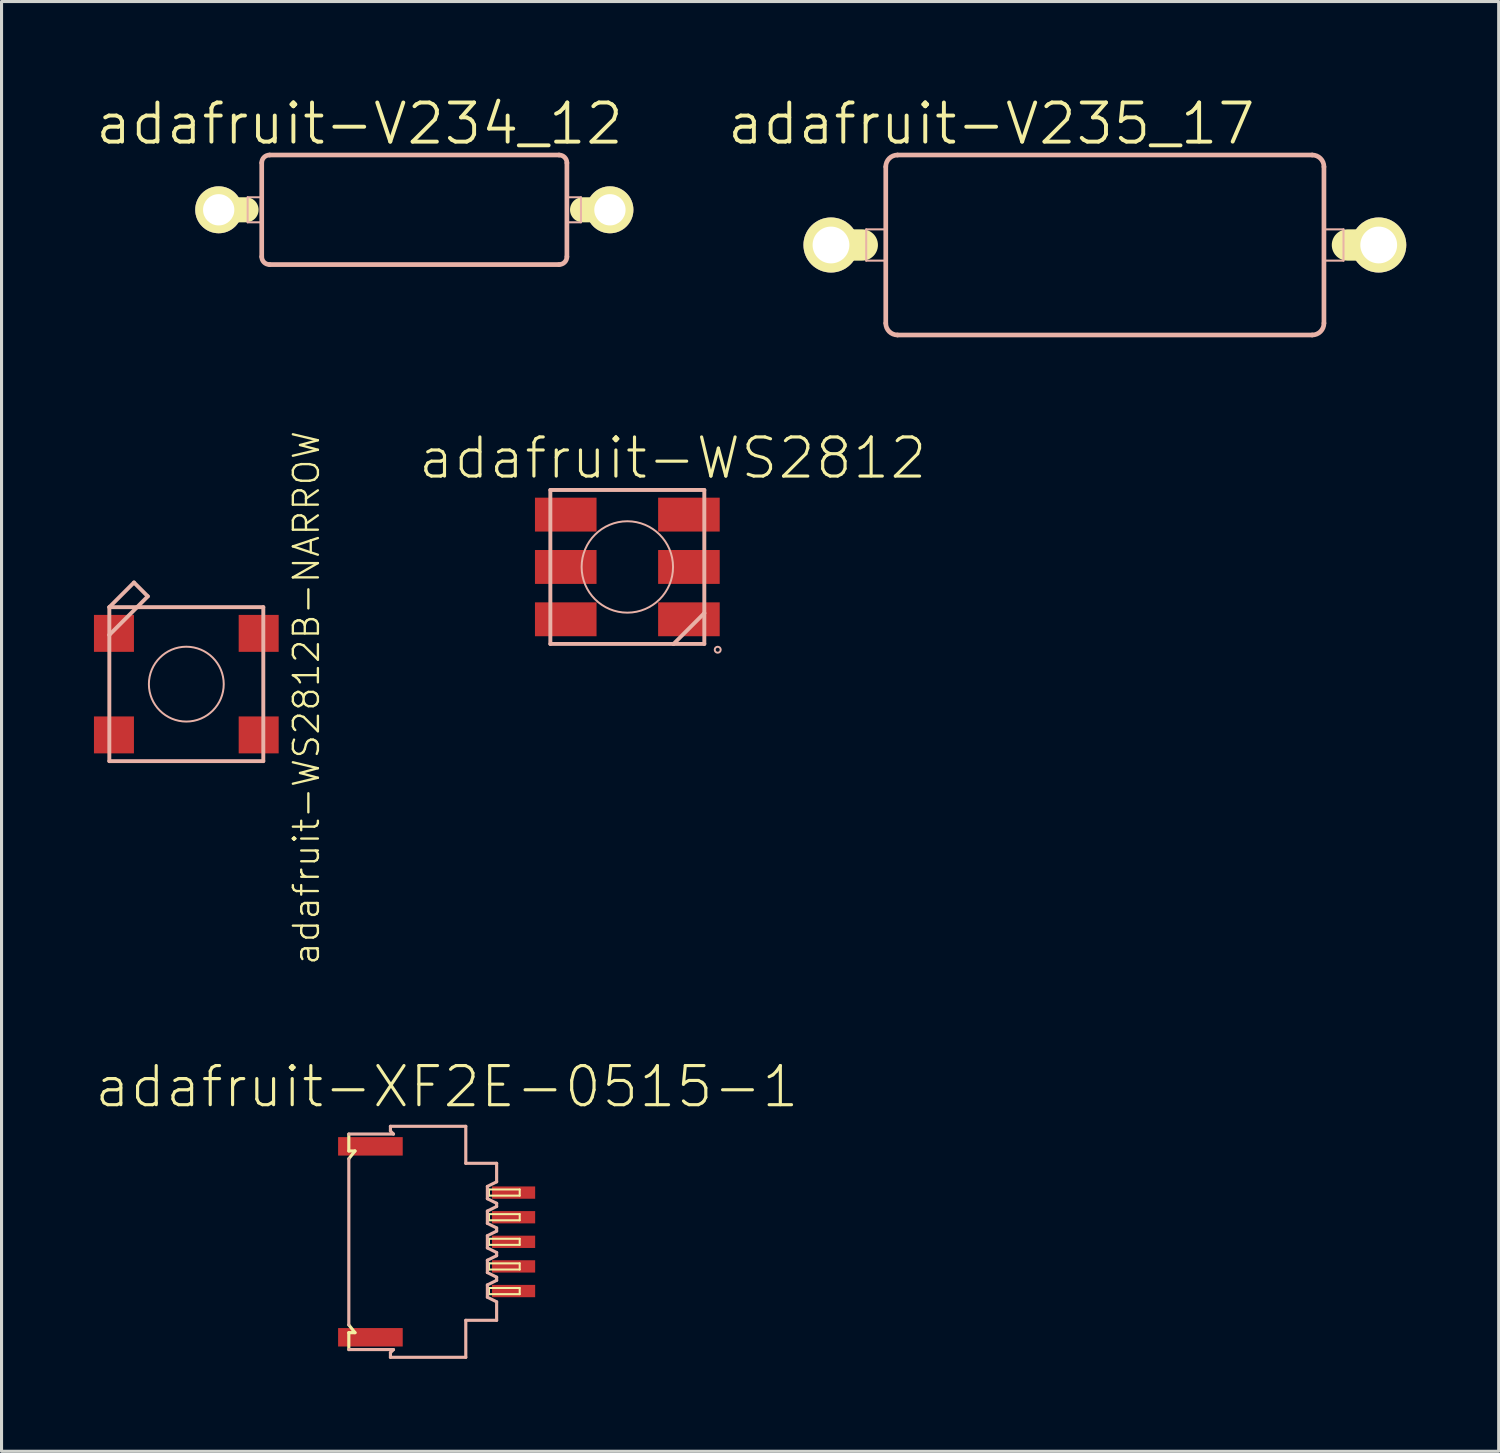
<source format=kicad_pcb>
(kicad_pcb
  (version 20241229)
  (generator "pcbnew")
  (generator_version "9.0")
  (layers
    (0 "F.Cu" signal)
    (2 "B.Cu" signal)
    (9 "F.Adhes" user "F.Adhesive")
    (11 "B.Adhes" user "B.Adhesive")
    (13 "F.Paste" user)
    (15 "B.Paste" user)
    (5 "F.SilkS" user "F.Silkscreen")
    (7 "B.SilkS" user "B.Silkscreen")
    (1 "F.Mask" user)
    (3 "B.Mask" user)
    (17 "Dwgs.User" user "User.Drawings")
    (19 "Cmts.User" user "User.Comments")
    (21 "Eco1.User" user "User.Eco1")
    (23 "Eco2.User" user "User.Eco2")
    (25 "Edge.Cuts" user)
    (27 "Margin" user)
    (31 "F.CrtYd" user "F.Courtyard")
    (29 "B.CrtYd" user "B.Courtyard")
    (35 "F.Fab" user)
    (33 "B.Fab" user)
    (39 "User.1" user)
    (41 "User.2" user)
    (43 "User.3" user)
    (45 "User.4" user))
  (footprint "adafruit-V234_12"
    (layer "F.Cu")
    (at 10.399 3.76)
    (property "Reference" "adafruit-V234_12" (at -1.778 -2.794 0) (layer "F.SilkS") (effects (font (size 1.27 1.27) (thickness 0.127))))
    (attr exclude_from_pos_files exclude_from_bom)
    (fp_line (start -6.35 0) (end -5.461 0) (stroke (width 0.813) (type solid)) (layer "F.SilkS"))
    (fp_line (start 6.35 0) (end 5.461 0) (stroke (width 0.813) (type solid)) (layer "F.SilkS"))
    (fp_line (start -5.41 -0.406) (end -4.953 -0.406) (stroke (width 0.066) (type solid)) (layer "B.SilkS"))
    (fp_line (start -5.41 0.406) (end -5.41 -0.406) (stroke (width 0.066) (type solid)) (layer "B.SilkS"))
    (fp_line (start -5.41 0.406) (end -4.953 0.406) (stroke (width 0.066) (type solid)) (layer "B.SilkS"))
    (fp_line (start -4.953 -1.524) (end -4.953 1.524) (stroke (width 0.152) (type solid)) (layer "B.SilkS"))
    (fp_line (start -4.953 0.406) (end -4.953 -0.406) (stroke (width 0.066) (type solid)) (layer "B.SilkS"))
    (fp_line (start -4.699 -1.778) (end 4.699 -1.778) (stroke (width 0.152) (type solid)) (layer "B.SilkS"))
    (fp_line (start 4.699 1.778) (end -4.699 1.778) (stroke (width 0.152) (type solid)) (layer "B.SilkS"))
    (fp_line (start 4.953 -1.524) (end 4.953 1.524) (stroke (width 0.152) (type solid)) (layer "B.SilkS"))
    (fp_line (start 4.953 -0.406) (end 5.41 -0.406) (stroke (width 0.066) (type solid)) (layer "B.SilkS"))
    (fp_line (start 4.953 0.406) (end 4.953 -0.406) (stroke (width 0.066) (type solid)) (layer "B.SilkS"))
    (fp_line (start 4.953 0.406) (end 5.41 0.406) (stroke (width 0.066) (type solid)) (layer "B.SilkS"))
    (fp_line (start 5.41 0.406) (end 5.41 -0.406) (stroke (width 0.066) (type solid)) (layer "B.SilkS"))
    (fp_arc (start -4.953 -1.524) (mid -4.878605 -1.703605) (end -4.699 -1.778) (stroke (width 0.1524) (type solid)) (layer "B.SilkS"))
    (fp_arc (start -4.699 1.778) (mid -4.878605 1.703605) (end -4.953 1.524) (stroke (width 0.1524) (type solid)) (layer "B.SilkS"))
    (fp_arc (start 4.699 -1.778) (mid 4.878605 -1.703605) (end 4.953 -1.524) (stroke (width 0.1524) (type solid)) (layer "B.SilkS"))
    (fp_arc (start 4.953 1.524) (mid 4.878605 1.703605) (end 4.699 1.778) (stroke (width 0.1524) (type solid)) (layer "B.SilkS"))
    (pad "1" thru_hole circle (at -6.35 0) (size 1.524 1.524) (drill 1.016) (layers "*.Cu" "F.Mask" "F.SilkS" "F.Paste"))
    (pad "2" thru_hole circle (at 6.35 0) (size 1.524 1.524) (drill 1.016) (layers "*.Cu" "F.Mask" "F.SilkS" "F.Paste")))
  (footprint "adafruit-V235_17"
    (layer "F.Cu")
    (at 32.815 4.903)
    (property "Reference" "adafruit-V235_17" (at -3.683 -3.937 0) (layer "F.SilkS") (effects (font (size 1.27 1.27) (thickness 0.127))))
    (attr exclude_from_pos_files exclude_from_bom)
    (fp_line (start -7.874 0) (end -8.89 0) (stroke (width 1.016) (type solid)) (layer "F.SilkS"))
    (fp_line (start 8.89 0) (end 7.874 0) (stroke (width 1.016) (type solid)) (layer "F.SilkS"))
    (fp_line (start -7.747 -0.508) (end -7.112 -0.508) (stroke (width 0.066) (type solid)) (layer "B.SilkS"))
    (fp_line (start -7.747 0.508) (end -7.747 -0.508) (stroke (width 0.066) (type solid)) (layer "B.SilkS"))
    (fp_line (start -7.747 0.508) (end -7.112 0.508) (stroke (width 0.066) (type solid)) (layer "B.SilkS"))
    (fp_line (start -7.112 -2.54) (end -7.112 2.54) (stroke (width 0.152) (type solid)) (layer "B.SilkS"))
    (fp_line (start -7.112 0.508) (end -7.112 -0.508) (stroke (width 0.066) (type solid)) (layer "B.SilkS"))
    (fp_line (start -6.731 -2.921) (end 6.731 -2.921) (stroke (width 0.152) (type solid)) (layer "B.SilkS"))
    (fp_line (start 6.731 2.921) (end -6.731 2.921) (stroke (width 0.152) (type solid)) (layer "B.SilkS"))
    (fp_line (start 7.112 -2.54) (end 7.112 2.54) (stroke (width 0.152) (type solid)) (layer "B.SilkS"))
    (fp_line (start 7.112 -0.508) (end 7.747 -0.508) (stroke (width 0.066) (type solid)) (layer "B.SilkS"))
    (fp_line (start 7.112 0.508) (end 7.112 -0.508) (stroke (width 0.066) (type solid)) (layer "B.SilkS"))
    (fp_line (start 7.112 0.508) (end 7.747 0.508) (stroke (width 0.066) (type solid)) (layer "B.SilkS"))
    (fp_line (start 7.747 0.508) (end 7.747 -0.508) (stroke (width 0.066) (type solid)) (layer "B.SilkS"))
    (fp_arc (start -7.112 -2.54) (mid -7.000408 -2.809408) (end -6.731 -2.921) (stroke (width 0.1524) (type solid)) (layer "B.SilkS"))
    (fp_arc (start -6.731 2.921) (mid -7.000408 2.809408) (end -7.112 2.54) (stroke (width 0.1524) (type solid)) (layer "B.SilkS"))
    (fp_arc (start 6.731 -2.921) (mid 7.000408 -2.809408) (end 7.112 -2.54) (stroke (width 0.1524) (type solid)) (layer "B.SilkS"))
    (fp_arc (start 7.112 2.54) (mid 7.000408 2.809408) (end 6.731 2.921) (stroke (width 0.1524) (type solid)) (layer "B.SilkS"))
    (pad "1" thru_hole circle (at -8.89 0) (size 1.788 1.788) (drill 1.194) (layers "*.Cu" "F.Mask" "F.SilkS" "F.Paste"))
    (pad "2" thru_hole circle (at 8.89 0) (size 1.788 1.788) (drill 1.194) (layers "*.Cu" "F.Mask" "F.SilkS" "F.Paste")))
  (footprint "adafruit-WS2812"
    (layer "F.Cu")
    (at 17.314 15.354)
    (property "Reference" "adafruit-WS2812" (at 1.473 -3.533 0) (layer "F.SilkS") (effects (font (size 1.27 1.27) (thickness 0.102))))
    (attr smd)
    (fp_line (start -2.499 -2.499) (end 2.499 -2.499) (stroke (width 0.127) (type solid)) (layer "B.SilkS"))
    (fp_line (start -2.499 2.499) (end -2.499 -2.499) (stroke (width 0.127) (type solid)) (layer "B.SilkS"))
    (fp_line (start 1.499 2.499) (end -2.499 2.499) (stroke (width 0.127) (type solid)) (layer "B.SilkS"))
    (fp_line (start 1.499 2.499) (end 2.499 1.499) (stroke (width 0.127) (type solid)) (layer "B.SilkS"))
    (fp_line (start 2.499 -2.499) (end 2.499 1.499) (stroke (width 0.127) (type solid)) (layer "B.SilkS"))
    (fp_line (start 2.499 1.499) (end 2.499 2.499) (stroke (width 0.127) (type solid)) (layer "B.SilkS"))
    (fp_line (start 2.499 2.499) (end 1.499 2.499) (stroke (width 0.127) (type solid)) (layer "B.SilkS"))
    (fp_circle (center 0 0) (end -1.049 1.049) (stroke (width 0.064) (type solid)) (fill no) (layer "B.SilkS"))
    (fp_circle (center 2.934 2.687) (end 3.002 2.756) (stroke (width 0.064) (type solid)) (fill no) (layer "B.SilkS"))
    (pad "DI" smd rect (at 1.999 0) (size 1.999 1.1) (layers "F.Cu" "F.Mask" "F.Paste"))
    (pad "DO" smd rect (at 1.999 1.699) (size 1.999 1.1) (layers "F.Cu" "F.Mask" "F.Paste"))
    (pad "LEDV" smd rect (at -1.999 0) (size 1.999 1.1) (layers "F.Cu" "F.Mask" "F.Paste"))
    (pad "NC" smd rect (at -1.999 -1.699) (size 1.999 1.1) (layers "F.Cu" "F.Mask" "F.Paste"))
    (pad "VDD" smd rect (at 1.999 -1.699) (size 1.999 1.1) (layers "F.Cu" "F.Mask" "F.Paste"))
    (pad "VSS" smd rect (at -1.999 1.699) (size 1.999 1.1) (layers "F.Cu" "F.Mask" "F.Paste")))
  (footprint "adafruit-WS2812B-NARROW"
    (layer "F.Cu")
    (at 2.998 19.158)
    (property "Reference" "adafruit-WS2812B-NARROW" (at 3.899 0.445 270) (layer "F.SilkS") (effects (font (size 0.813 0.813) (thickness 0.076))))
    (attr smd)
    (fp_line (start -2.499 -2.499) (end -1.598 -2.499) (stroke (width 0.127) (type solid)) (layer "B.SilkS"))
    (fp_line (start -2.499 -1.598) (end -2.499 -2.499) (stroke (width 0.127) (type solid)) (layer "B.SilkS"))
    (fp_line (start -2.499 -1.598) (end -1.598 -2.499) (stroke (width 0.127) (type solid)) (layer "B.SilkS"))
    (fp_line (start -2.499 2.499) (end -2.499 -1.598) (stroke (width 0.127) (type solid)) (layer "B.SilkS"))
    (fp_line (start -1.699 -3.299) (end -2.499 -2.499) (stroke (width 0.127) (type solid)) (layer "B.SilkS"))
    (fp_line (start -1.598 -2.499) (end -1.25 -2.85) (stroke (width 0.127) (type solid)) (layer "B.SilkS"))
    (fp_line (start -1.598 -2.499) (end 2.499 -2.499) (stroke (width 0.127) (type solid)) (layer "B.SilkS"))
    (fp_line (start -1.25 -2.85) (end -1.699 -3.299) (stroke (width 0.127) (type solid)) (layer "B.SilkS"))
    (fp_line (start 2.499 -2.499) (end 2.499 2.499) (stroke (width 0.127) (type solid)) (layer "B.SilkS"))
    (fp_line (start 2.499 2.499) (end -2.499 2.499) (stroke (width 0.127) (type solid)) (layer "B.SilkS"))
    (fp_circle (center 0 0) (end -0.859 0.859) (stroke (width 0.064) (type solid)) (fill no) (layer "B.SilkS"))
    (pad "1-VD" smd rect (at 2.349 1.648 180) (size 1.298 1.199) (layers "F.Cu" "F.Mask" "F.Paste"))
    (pad "2-DO" smd rect (at 2.349 -1.648 180) (size 1.298 1.199) (layers "F.Cu" "F.Mask" "F.Paste"))
    (pad "3-GN" smd rect (at -2.349 -1.648 180) (size 1.298 1.199) (layers "F.Cu" "F.Mask" "F.Paste"))
    (pad "4-DI" smd rect (at -2.349 1.648 180) (size 1.298 1.199) (layers "F.Cu" "F.Mask" "F.Paste")))
  (footprint "adafruit-XF2E-0515-1"
    (layer "F.Cu")
    (at 11.082 37.261)
    (property "Reference" "adafruit-XF2E-0515-1" (at 0.373 -5.034 0) (layer "F.SilkS") (effects (font (size 1.27 1.27) (thickness 0.102))))
    (attr smd)
    (fp_line (start -2.809 -3.498) (end -2.809 -2.949) (stroke (width 0.102) (type solid)) (layer "F.SilkS"))
    (fp_line (start -2.809 -2.949) (end -2.609 -2.949) (stroke (width 0.102) (type solid)) (layer "F.SilkS"))
    (fp_line (start -2.809 2.697) (end -2.609 2.949) (stroke (width 0.102) (type solid)) (layer "F.SilkS"))
    (fp_line (start -2.809 2.949) (end -2.809 3.498) (stroke (width 0.102) (type solid)) (layer "F.SilkS"))
    (fp_line (start -2.809 2.949) (end -2.609 2.949) (stroke (width 0.102) (type solid)) (layer "F.SilkS"))
    (fp_line (start -2.609 -2.949) (end -2.809 -2.697) (stroke (width 0.102) (type solid)) (layer "F.SilkS"))
    (fp_line (start 1.74 -1.699) (end 2.738 -1.699) (stroke (width 0.066) (type solid)) (layer "F.SilkS"))
    (fp_line (start 1.74 -1.499) (end 1.74 -1.699) (stroke (width 0.066) (type solid)) (layer "F.SilkS"))
    (fp_line (start 1.74 -1.499) (end 2.738 -1.499) (stroke (width 0.066) (type solid)) (layer "F.SilkS"))
    (fp_line (start 1.74 -0.899) (end 2.738 -0.899) (stroke (width 0.066) (type solid)) (layer "F.SilkS"))
    (fp_line (start 1.74 -0.699) (end 1.74 -0.899) (stroke (width 0.066) (type solid)) (layer "F.SilkS"))
    (fp_line (start 1.74 -0.699) (end 2.738 -0.699) (stroke (width 0.066) (type solid)) (layer "F.SilkS"))
    (fp_line (start 1.74 -0.099) (end 2.738 -0.099) (stroke (width 0.066) (type solid)) (layer "F.SilkS"))
    (fp_line (start 1.74 0.099) (end 1.74 -0.099) (stroke (width 0.066) (type solid)) (layer "F.SilkS"))
    (fp_line (start 1.74 0.099) (end 2.738 0.099) (stroke (width 0.066) (type solid)) (layer "F.SilkS"))
    (fp_line (start 1.74 0.699) (end 2.738 0.699) (stroke (width 0.066) (type solid)) (layer "F.SilkS"))
    (fp_line (start 1.74 0.899) (end 1.74 0.699) (stroke (width 0.066) (type solid)) (layer "F.SilkS"))
    (fp_line (start 1.74 0.899) (end 2.738 0.899) (stroke (width 0.066) (type solid)) (layer "F.SilkS"))
    (fp_line (start 1.74 1.499) (end 2.738 1.499) (stroke (width 0.066) (type solid)) (layer "F.SilkS"))
    (fp_line (start 1.74 1.699) (end 1.74 1.499) (stroke (width 0.066) (type solid)) (layer "F.SilkS"))
    (fp_line (start 1.74 1.699) (end 2.738 1.699) (stroke (width 0.066) (type solid)) (layer "F.SilkS"))
    (fp_line (start 2.738 -1.499) (end 2.738 -1.699) (stroke (width 0.066) (type solid)) (layer "F.SilkS"))
    (fp_line (start 2.738 -0.699) (end 2.738 -0.899) (stroke (width 0.066) (type solid)) (layer "F.SilkS"))
    (fp_line (start 2.738 0.099) (end 2.738 -0.099) (stroke (width 0.066) (type solid)) (layer "F.SilkS"))
    (fp_line (start 2.738 0.899) (end 2.738 0.699) (stroke (width 0.066) (type solid)) (layer "F.SilkS"))
    (fp_line (start 2.738 1.699) (end 2.738 1.499) (stroke (width 0.066) (type solid)) (layer "F.SilkS"))
    (fp_line (start -2.809 -2.697) (end -2.809 2.697) (stroke (width 0.102) (type solid)) (layer "B.SilkS"))
    (fp_line (start -1.458 -3.749) (end -1.458 -3.599) (stroke (width 0.102) (type solid)) (layer "B.SilkS"))
    (fp_line (start -1.458 -3.599) (end -1.359 -3.498) (stroke (width 0.102) (type solid)) (layer "B.SilkS"))
    (fp_line (start -1.458 3.599) (end -1.458 3.749) (stroke (width 0.102) (type solid)) (layer "B.SilkS"))
    (fp_line (start -1.359 -3.498) (end -2.809 -3.498) (stroke (width 0.102) (type solid)) (layer "B.SilkS"))
    (fp_line (start -1.359 3.498) (end -2.809 3.498) (stroke (width 0.102) (type solid)) (layer "B.SilkS"))
    (fp_line (start -1.359 3.498) (end -1.458 3.599) (stroke (width 0.102) (type solid)) (layer "B.SilkS"))
    (fp_line (start 0.988 -3.749) (end -1.458 -3.749) (stroke (width 0.102) (type solid)) (layer "B.SilkS"))
    (fp_line (start 0.988 -2.548) (end 0.988 -3.749) (stroke (width 0.102) (type solid)) (layer "B.SilkS"))
    (fp_line (start 0.988 2.548) (end 1.989 2.548) (stroke (width 0.102) (type solid)) (layer "B.SilkS"))
    (fp_line (start 0.988 3.749) (end -1.458 3.749) (stroke (width 0.102) (type solid)) (layer "B.SilkS"))
    (fp_line (start 0.988 3.749) (end 0.988 2.548) (stroke (width 0.102) (type solid)) (layer "B.SilkS"))
    (fp_line (start 1.689 -1.798) (end 1.989 -1.948) (stroke (width 0.102) (type solid)) (layer "B.SilkS"))
    (fp_line (start 1.689 -1.4) (end 1.689 -1.798) (stroke (width 0.102) (type solid)) (layer "B.SilkS"))
    (fp_line (start 1.689 -0.998) (end 1.689 -0.599) (stroke (width 0.102) (type solid)) (layer "B.SilkS"))
    (fp_line (start 1.689 -0.599) (end 1.989 -0.45) (stroke (width 0.102) (type solid)) (layer "B.SilkS"))
    (fp_line (start 1.689 0.198) (end 1.689 -0.198) (stroke (width 0.102) (type solid)) (layer "B.SilkS"))
    (fp_line (start 1.689 0.599) (end 1.689 0.998) (stroke (width 0.102) (type solid)) (layer "B.SilkS"))
    (fp_line (start 1.689 0.998) (end 1.989 1.148) (stroke (width 0.102) (type solid)) (layer "B.SilkS"))
    (fp_line (start 1.689 1.798) (end 1.689 1.4) (stroke (width 0.102) (type solid)) (layer "B.SilkS"))
    (fp_line (start 1.689 1.798) (end 1.989 1.948) (stroke (width 0.102) (type solid)) (layer "B.SilkS"))
    (fp_line (start 1.989 -2.548) (end 0.988 -2.548) (stroke (width 0.102) (type solid)) (layer "B.SilkS"))
    (fp_line (start 1.989 -1.948) (end 1.989 -2.548) (stroke (width 0.102) (type solid)) (layer "B.SilkS"))
    (fp_line (start 1.989 -1.25) (end 1.689 -1.4) (stroke (width 0.102) (type solid)) (layer "B.SilkS"))
    (fp_line (start 1.989 -1.25) (end 1.989 -1.148) (stroke (width 0.102) (type solid)) (layer "B.SilkS"))
    (fp_line (start 1.989 -1.148) (end 1.689 -0.998) (stroke (width 0.102) (type solid)) (layer "B.SilkS"))
    (fp_line (start 1.989 -0.45) (end 1.989 -0.348) (stroke (width 0.102) (type solid)) (layer "B.SilkS"))
    (fp_line (start 1.989 -0.348) (end 1.689 -0.198) (stroke (width 0.102) (type solid)) (layer "B.SilkS"))
    (fp_line (start 1.989 0.348) (end 1.689 0.198) (stroke (width 0.102) (type solid)) (layer "B.SilkS"))
    (fp_line (start 1.989 0.348) (end 1.989 0.45) (stroke (width 0.102) (type solid)) (layer "B.SilkS"))
    (fp_line (start 1.989 0.45) (end 1.689 0.599) (stroke (width 0.102) (type solid)) (layer "B.SilkS"))
    (fp_line (start 1.989 1.148) (end 1.989 1.25) (stroke (width 0.102) (type solid)) (layer "B.SilkS"))
    (fp_line (start 1.989 1.25) (end 1.689 1.4) (stroke (width 0.102) (type solid)) (layer "B.SilkS"))
    (fp_line (start 1.989 2.548) (end 1.989 1.948) (stroke (width 0.102) (type solid)) (layer "B.SilkS"))
    (pad "1" smd rect (at 2.54 -1.598) (size 1.4 0.399) (layers "F.Cu" "F.Mask" "F.Paste"))
    (pad "2" smd rect (at 2.54 -0.798) (size 1.4 0.399) (layers "F.Cu" "F.Mask" "F.Paste"))
    (pad "3" smd rect (at 2.54 0) (size 1.4 0.399) (layers "F.Cu" "F.Mask" "F.Paste"))
    (pad "4" smd rect (at 2.54 0.798) (size 1.4 0.399) (layers "F.Cu" "F.Mask" "F.Paste"))
    (pad "5" smd rect (at 2.54 1.598) (size 1.4 0.399) (layers "F.Cu" "F.Mask" "F.Paste"))
    (pad "M1" smd rect (at -2.108 -3.099) (size 2.098 0.599) (layers "F.Cu" "F.Mask" "F.Paste"))
    (pad "M2" smd rect (at -2.108 3.099) (size 2.098 0.599) (layers "F.Cu" "F.Mask" "F.Paste")))
  (gr_rect
    (start -3 -3)
    (end 45.599 44.061)
    (stroke (width 0.1) (type default))
    (fill no)
    (layer "Edge.Cuts")))
</source>
